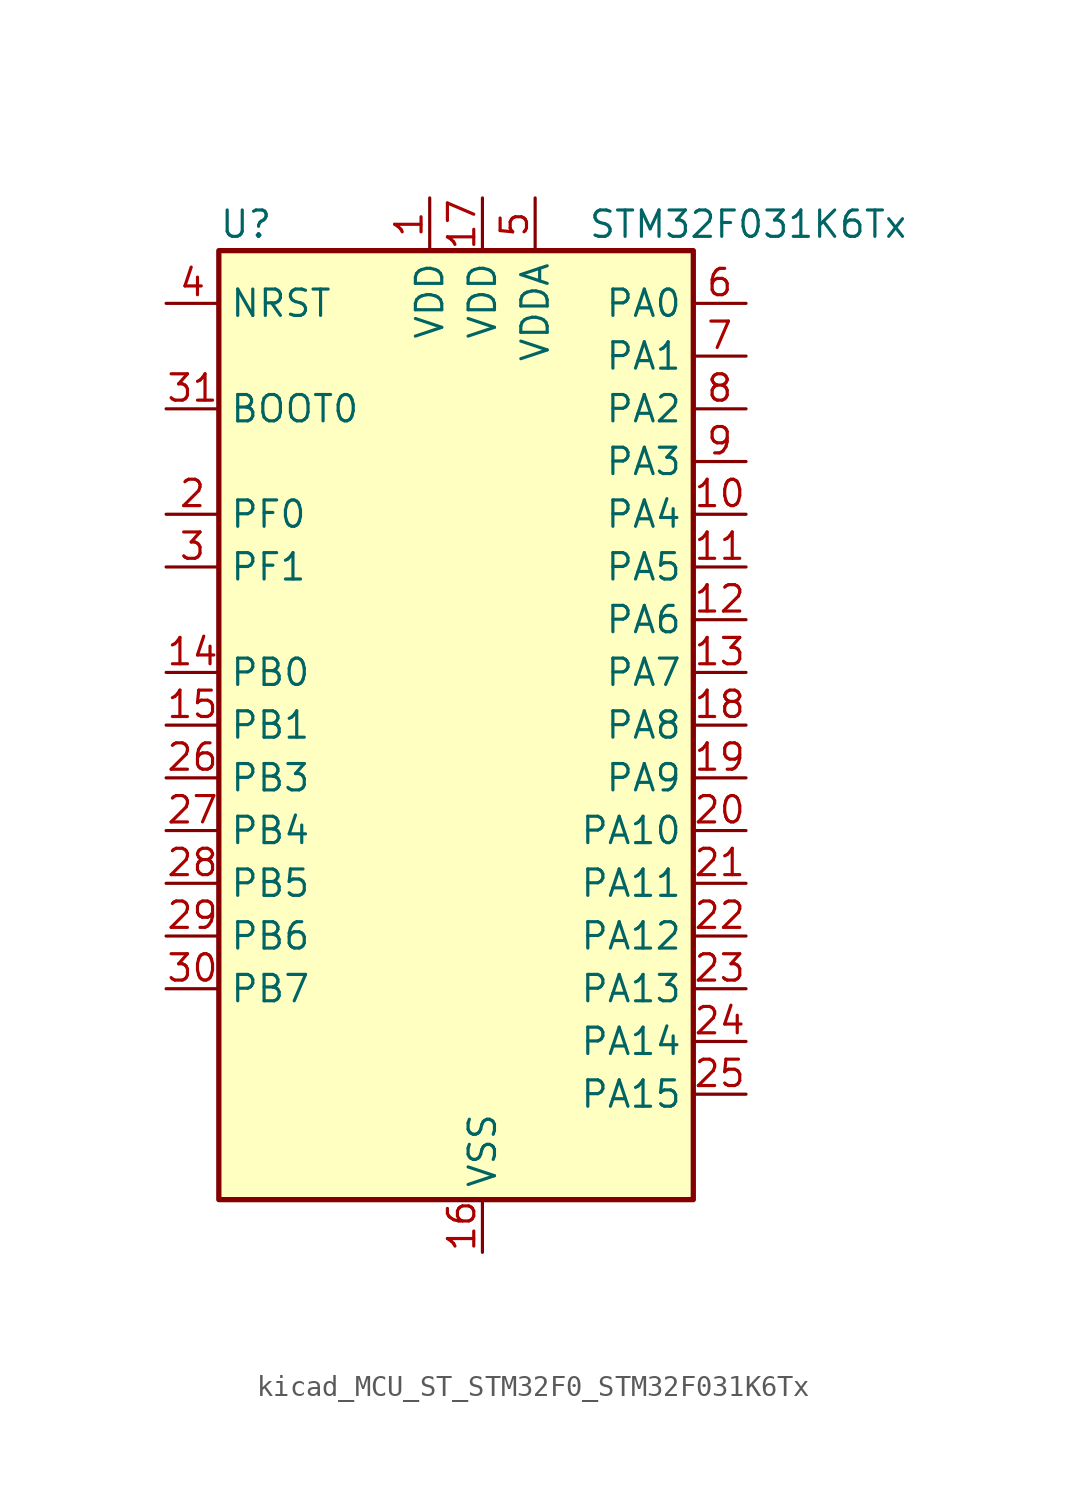
<source format=kicad_sym>
(kicad_symbol_lib
  (version 20220914)
  (generator kicad_symbol_editor)
  (symbol "kicad_MCU_ST_STM32F0_STM32F031K6Tx"
    (property "Reference" "U"
      (at -10.16 24.13 0)
      (effects (font (size 1.27 1.27)) (justify left)))
    (property "Value" "STM32F031K6Tx"
      (at 7.62 24.13 0)
      (effects (font (size 1.27 1.27)) (justify left)))
    (property "ki_locked" ""
      (at 0 0 0)
      (effects (font (size 1.27 1.27))))
    (symbol "kicad_MCU_ST_STM32F0_STM32F031K6Tx_0_1"
      (rectangle (start -10.16 -22.86) (end 12.7 22.86) (stroke (width 0.254) (type default)) (fill (type background))))
    (symbol "kicad_MCU_ST_STM32F0_STM32F031K6Tx_1_1"
      (pin power_in line (at 0 25.4 270) (length 2.54) (name "VDD" (effects (font (size 1.27 1.27)))) (number "1" (effects (font (size 1.27 1.27)))))
      (pin bidirectional line (at 15.24 10.16 180) (length 2.54) (name "PA4" (effects (font (size 1.27 1.27)))) (number "10" (effects (font (size 1.27 1.27)))) (alternate "ADC_IN4" bidirectional line) (alternate "I2S1_WS" bidirectional line) (alternate "SPI1_NSS" bidirectional line) (alternate "TIM14_CH1" bidirectional line) (alternate "USART1_CK" bidirectional line))
      (pin bidirectional line (at 15.24 7.62 180) (length 2.54) (name "PA5" (effects (font (size 1.27 1.27)))) (number "11" (effects (font (size 1.27 1.27)))) (alternate "ADC_IN5" bidirectional line) (alternate "I2S1_CK" bidirectional line) (alternate "SPI1_SCK" bidirectional line) (alternate "TIM2_CH1" bidirectional line) (alternate "TIM2_ETR" bidirectional line))
      (pin bidirectional line (at 15.24 5.08 180) (length 2.54) (name "PA6" (effects (font (size 1.27 1.27)))) (number "12" (effects (font (size 1.27 1.27)))) (alternate "ADC_IN6" bidirectional line) (alternate "I2S1_MCK" bidirectional line) (alternate "SPI1_MISO" bidirectional line) (alternate "TIM16_CH1" bidirectional line) (alternate "TIM1_BKIN" bidirectional line) (alternate "TIM3_CH1" bidirectional line))
      (pin bidirectional line (at 15.24 2.54 180) (length 2.54) (name "PA7" (effects (font (size 1.27 1.27)))) (number "13" (effects (font (size 1.27 1.27)))) (alternate "ADC_IN7" bidirectional line) (alternate "I2S1_SD" bidirectional line) (alternate "SPI1_MOSI" bidirectional line) (alternate "TIM14_CH1" bidirectional line) (alternate "TIM17_CH1" bidirectional line) (alternate "TIM1_CH1N" bidirectional line) (alternate "TIM3_CH2" bidirectional line))
      (pin bidirectional line (at -12.7 2.54 0) (length 2.54) (name "PB0" (effects (font (size 1.27 1.27)))) (number "14" (effects (font (size 1.27 1.27)))) (alternate "ADC_IN8" bidirectional line) (alternate "TIM1_CH2N" bidirectional line) (alternate "TIM3_CH3" bidirectional line))
      (pin bidirectional line (at -12.7 0 0) (length 2.54) (name "PB1" (effects (font (size 1.27 1.27)))) (number "15" (effects (font (size 1.27 1.27)))) (alternate "ADC_IN9" bidirectional line) (alternate "TIM14_CH1" bidirectional line) (alternate "TIM1_CH3N" bidirectional line) (alternate "TIM3_CH4" bidirectional line))
      (pin power_in line (at 2.54 -25.4 90) (length 2.54) (name "VSS" (effects (font (size 1.27 1.27)))) (number "16" (effects (font (size 1.27 1.27)))))
      (pin power_in line (at 2.54 25.4 270) (length 2.54) (name "VDD" (effects (font (size 1.27 1.27)))) (number "17" (effects (font (size 1.27 1.27)))))
      (pin bidirectional line (at 15.24 0 180) (length 2.54) (name "PA8" (effects (font (size 1.27 1.27)))) (number "18" (effects (font (size 1.27 1.27)))) (alternate "RCC_MCO" bidirectional line) (alternate "TIM1_CH1" bidirectional line) (alternate "USART1_CK" bidirectional line))
      (pin bidirectional line (at 15.24 -2.54 180) (length 2.54) (name "PA9" (effects (font (size 1.27 1.27)))) (number "19" (effects (font (size 1.27 1.27)))) (alternate "I2C1_SCL" bidirectional line) (alternate "TIM1_CH2" bidirectional line) (alternate "USART1_TX" bidirectional line))
      (pin bidirectional line (at -12.7 10.16 0) (length 2.54) (name "PF0" (effects (font (size 1.27 1.27)))) (number "2" (effects (font (size 1.27 1.27)))) (alternate "RCC_OSC_IN" bidirectional line))
      (pin bidirectional line (at 15.24 -5.08 180) (length 2.54) (name "PA10" (effects (font (size 1.27 1.27)))) (number "20" (effects (font (size 1.27 1.27)))) (alternate "I2C1_SDA" bidirectional line) (alternate "TIM17_BKIN" bidirectional line) (alternate "TIM1_CH3" bidirectional line) (alternate "USART1_RX" bidirectional line))
      (pin bidirectional line (at 15.24 -7.62 180) (length 2.54) (name "PA11" (effects (font (size 1.27 1.27)))) (number "21" (effects (font (size 1.27 1.27)))) (alternate "TIM1_CH4" bidirectional line) (alternate "USART1_CTS" bidirectional line))
      (pin bidirectional line (at 15.24 -10.16 180) (length 2.54) (name "PA12" (effects (font (size 1.27 1.27)))) (number "22" (effects (font (size 1.27 1.27)))) (alternate "TIM1_ETR" bidirectional line) (alternate "USART1_DE" bidirectional line) (alternate "USART1_RTS" bidirectional line))
      (pin bidirectional line (at 15.24 -12.7 180) (length 2.54) (name "PA13" (effects (font (size 1.27 1.27)))) (number "23" (effects (font (size 1.27 1.27)))) (alternate "IR_OUT" bidirectional line) (alternate "SYS_SWDIO" bidirectional line))
      (pin bidirectional line (at 15.24 -15.24 180) (length 2.54) (name "PA14" (effects (font (size 1.27 1.27)))) (number "24" (effects (font (size 1.27 1.27)))) (alternate "SYS_SWCLK" bidirectional line) (alternate "USART1_TX" bidirectional line))
      (pin bidirectional line (at 15.24 -17.78 180) (length 2.54) (name "PA15" (effects (font (size 1.27 1.27)))) (number "25" (effects (font (size 1.27 1.27)))) (alternate "I2S1_WS" bidirectional line) (alternate "SPI1_NSS" bidirectional line) (alternate "TIM2_CH1" bidirectional line) (alternate "TIM2_ETR" bidirectional line) (alternate "USART1_RX" bidirectional line))
      (pin bidirectional line (at -12.7 -2.54 0) (length 2.54) (name "PB3" (effects (font (size 1.27 1.27)))) (number "26" (effects (font (size 1.27 1.27)))) (alternate "I2S1_CK" bidirectional line) (alternate "SPI1_SCK" bidirectional line) (alternate "TIM2_CH2" bidirectional line))
      (pin bidirectional line (at -12.7 -5.08 0) (length 2.54) (name "PB4" (effects (font (size 1.27 1.27)))) (number "27" (effects (font (size 1.27 1.27)))) (alternate "I2S1_MCK" bidirectional line) (alternate "SPI1_MISO" bidirectional line) (alternate "TIM3_CH1" bidirectional line))
      (pin bidirectional line (at -12.7 -7.62 0) (length 2.54) (name "PB5" (effects (font (size 1.27 1.27)))) (number "28" (effects (font (size 1.27 1.27)))) (alternate "I2C1_SMBA" bidirectional line) (alternate "I2S1_SD" bidirectional line) (alternate "SPI1_MOSI" bidirectional line) (alternate "TIM16_BKIN" bidirectional line) (alternate "TIM3_CH2" bidirectional line))
      (pin bidirectional line (at -12.7 -10.16 0) (length 2.54) (name "PB6" (effects (font (size 1.27 1.27)))) (number "29" (effects (font (size 1.27 1.27)))) (alternate "I2C1_SCL" bidirectional line) (alternate "TIM16_CH1N" bidirectional line) (alternate "USART1_TX" bidirectional line))
      (pin bidirectional line (at -12.7 7.62 0) (length 2.54) (name "PF1" (effects (font (size 1.27 1.27)))) (number "3" (effects (font (size 1.27 1.27)))) (alternate "RCC_OSC_OUT" bidirectional line))
      (pin bidirectional line (at -12.7 -12.7 0) (length 2.54) (name "PB7" (effects (font (size 1.27 1.27)))) (number "30" (effects (font (size 1.27 1.27)))) (alternate "I2C1_SDA" bidirectional line) (alternate "TIM17_CH1N" bidirectional line) (alternate "USART1_RX" bidirectional line))
      (pin input line (at -12.7 15.24 0) (length 2.54) (name "BOOT0" (effects (font (size 1.27 1.27)))) (number "31" (effects (font (size 1.27 1.27)))))
      (pin passive line (at 2.54 -25.4 90) (length 2.54) hide (name "VSS" (effects (font (size 1.27 1.27)))) (number "32" (effects (font (size 1.27 1.27)))))
      (pin input line (at -12.7 20.32 0) (length 2.54) (name "NRST" (effects (font (size 1.27 1.27)))) (number "4" (effects (font (size 1.27 1.27)))))
      (pin power_in line (at 5.08 25.4 270) (length 2.54) (name "VDDA" (effects (font (size 1.27 1.27)))) (number "5" (effects (font (size 1.27 1.27)))))
      (pin bidirectional line (at 15.24 20.32 180) (length 2.54) (name "PA0" (effects (font (size 1.27 1.27)))) (number "6" (effects (font (size 1.27 1.27)))) (alternate "ADC_IN0" bidirectional line) (alternate "RTC_TAMP2" bidirectional line) (alternate "SYS_WKUP1" bidirectional line) (alternate "TIM2_CH1" bidirectional line) (alternate "TIM2_ETR" bidirectional line) (alternate "USART1_CTS" bidirectional line))
      (pin bidirectional line (at 15.24 17.78 180) (length 2.54) (name "PA1" (effects (font (size 1.27 1.27)))) (number "7" (effects (font (size 1.27 1.27)))) (alternate "ADC_IN1" bidirectional line) (alternate "TIM2_CH2" bidirectional line) (alternate "USART1_DE" bidirectional line) (alternate "USART1_RTS" bidirectional line))
      (pin bidirectional line (at 15.24 15.24 180) (length 2.54) (name "PA2" (effects (font (size 1.27 1.27)))) (number "8" (effects (font (size 1.27 1.27)))) (alternate "ADC_IN2" bidirectional line) (alternate "TIM2_CH3" bidirectional line) (alternate "USART1_TX" bidirectional line))
      (pin bidirectional line (at 15.24 12.7 180) (length 2.54) (name "PA3" (effects (font (size 1.27 1.27)))) (number "9" (effects (font (size 1.27 1.27)))) (alternate "ADC_IN3" bidirectional line) (alternate "TIM2_CH4" bidirectional line) (alternate "USART1_RX" bidirectional line)))))
</source>
